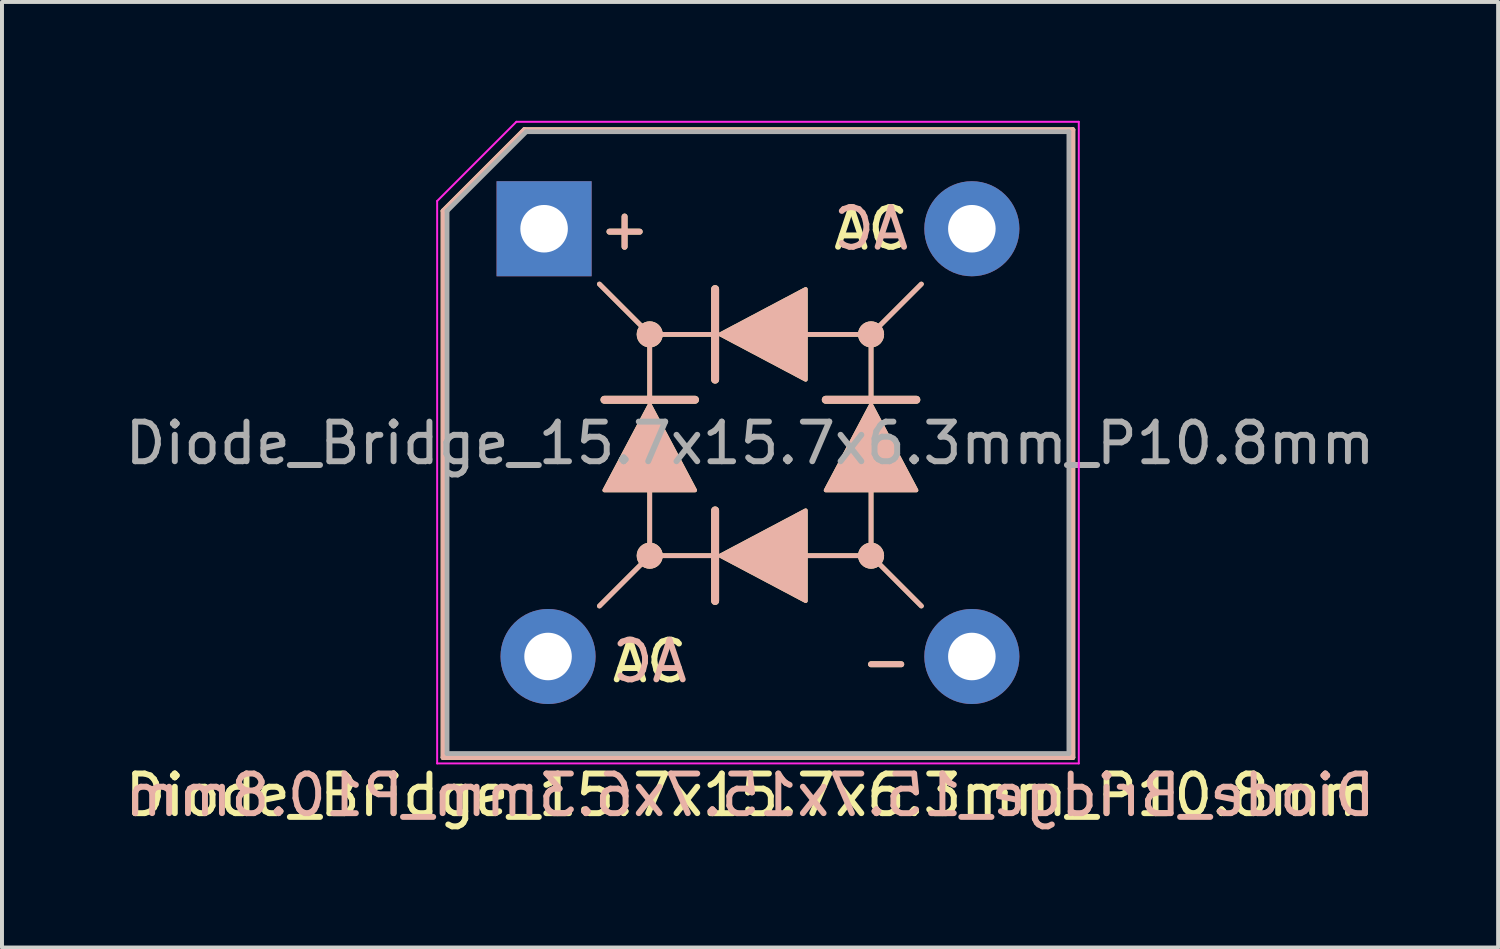
<source format=kicad_pcb>
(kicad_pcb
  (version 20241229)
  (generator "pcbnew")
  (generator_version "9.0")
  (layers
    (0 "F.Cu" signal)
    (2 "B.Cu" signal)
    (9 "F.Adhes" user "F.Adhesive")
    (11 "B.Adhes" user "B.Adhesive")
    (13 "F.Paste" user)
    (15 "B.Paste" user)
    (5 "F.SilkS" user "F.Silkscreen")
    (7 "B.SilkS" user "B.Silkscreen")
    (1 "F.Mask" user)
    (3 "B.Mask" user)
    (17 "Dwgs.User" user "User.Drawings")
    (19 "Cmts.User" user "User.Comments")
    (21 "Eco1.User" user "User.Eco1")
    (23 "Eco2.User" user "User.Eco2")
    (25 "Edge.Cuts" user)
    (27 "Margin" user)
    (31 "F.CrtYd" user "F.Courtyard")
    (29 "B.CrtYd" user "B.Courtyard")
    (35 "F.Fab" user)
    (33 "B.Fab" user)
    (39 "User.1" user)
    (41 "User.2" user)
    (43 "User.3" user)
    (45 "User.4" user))
  (footprint "Diode_Bridge_15.7x15.7x6.3mm_P10.8mm"
    (layer "F.Cu")
    (at 10.687 2.725)
    (property "Reference" "Diode_Bridge_15.7x15.7x6.3mm_P10.8mm" (at 5.2 14.3 180) (layer "F.SilkS") (effects (font (size 1 1) (thickness 0.15))))
    (fp_line (start -2.55 -0.45) (end -0.5 -2.5) (stroke (width 0.12) (type solid)) (layer "F.SilkS"))
    (fp_line (start -2.55 13.35) (end -2.55 -0.45) (stroke (width 0.12) (type solid)) (layer "F.SilkS"))
    (fp_line (start -0.5 -2.5) (end 13.35 -2.5) (stroke (width 0.12) (type solid)) (layer "F.SilkS"))
    (fp_line (start 1.397 1.397) (end 2.667 2.667) (stroke (width 0.12) (type solid)) (layer "F.SilkS"))
    (fp_line (start 1.397 9.525) (end 2.667 8.255) (stroke (width 0.12) (type solid)) (layer "F.SilkS"))
    (fp_line (start 2.667 4.318) (end 1.524 4.318) (stroke (width 0.2) (type solid)) (layer "F.SilkS"))
    (fp_line (start 2.667 4.318) (end 2.667 2.667) (stroke (width 0.12) (type solid)) (layer "F.SilkS"))
    (fp_line (start 2.667 8.255) (end 2.667 6.604) (stroke (width 0.12) (type solid)) (layer "F.SilkS"))
    (fp_line (start 3.81 4.318) (end 2.667 4.318) (stroke (width 0.2) (type solid)) (layer "F.SilkS"))
    (fp_line (start 4.318 1.524) (end 4.318 2.667) (stroke (width 0.2) (type solid)) (layer "F.SilkS"))
    (fp_line (start 4.318 2.667) (end 2.667 2.667) (stroke (width 0.12) (type solid)) (layer "F.SilkS"))
    (fp_line (start 4.318 2.667) (end 4.318 3.81) (stroke (width 0.2) (type solid)) (layer "F.SilkS"))
    (fp_line (start 4.318 7.112) (end 4.318 8.255) (stroke (width 0.2) (type solid)) (layer "F.SilkS"))
    (fp_line (start 4.318 8.255) (end 2.667 8.255) (stroke (width 0.12) (type solid)) (layer "F.SilkS"))
    (fp_line (start 4.318 8.255) (end 4.318 9.398) (stroke (width 0.2) (type solid)) (layer "F.SilkS"))
    (fp_line (start 8.255 2.667) (end 6.604 2.667) (stroke (width 0.12) (type solid)) (layer "F.SilkS"))
    (fp_line (start 8.255 4.318) (end 7.112 4.318) (stroke (width 0.2) (type solid)) (layer "F.SilkS"))
    (fp_line (start 8.255 4.318) (end 8.255 2.667) (stroke (width 0.12) (type solid)) (layer "F.SilkS"))
    (fp_line (start 8.255 8.255) (end 6.604 8.255) (stroke (width 0.12) (type solid)) (layer "F.SilkS"))
    (fp_line (start 8.255 8.255) (end 8.255 6.604) (stroke (width 0.12) (type solid)) (layer "F.SilkS"))
    (fp_line (start 9.398 4.318) (end 8.255 4.318) (stroke (width 0.2) (type solid)) (layer "F.SilkS"))
    (fp_line (start 9.525 1.397) (end 8.255 2.667) (stroke (width 0.12) (type solid)) (layer "F.SilkS"))
    (fp_line (start 9.525 9.525) (end 8.255 8.255) (stroke (width 0.12) (type solid)) (layer "F.SilkS"))
    (fp_line (start 13.35 -2.5) (end 13.35 13.35) (stroke (width 0.12) (type solid)) (layer "F.SilkS"))
    (fp_line (start 13.35 13.35) (end -2.55 13.35) (stroke (width 0.12) (type solid)) (layer "F.SilkS"))
    (fp_circle (center 2.667 2.667) (end 2.731 2.603) (stroke (width 0.12) (type solid)) (fill no) (layer "F.SilkS"))
    (fp_circle (center 2.667 2.667) (end 2.794 2.54) (stroke (width 0.12) (type solid)) (fill no) (layer "F.SilkS"))
    (fp_circle (center 2.667 2.667) (end 2.857 2.477) (stroke (width 0.12) (type solid)) (fill no) (layer "F.SilkS"))
    (fp_circle (center 2.667 8.255) (end 2.731 8.191) (stroke (width 0.12) (type solid)) (fill no) (layer "F.SilkS"))
    (fp_circle (center 2.667 8.255) (end 2.794 8.128) (stroke (width 0.12) (type solid)) (fill no) (layer "F.SilkS"))
    (fp_circle (center 2.667 8.255) (end 2.857 8.065) (stroke (width 0.12) (type solid)) (fill no) (layer "F.SilkS"))
    (fp_circle (center 8.255 2.667) (end 8.319 2.603) (stroke (width 0.12) (type solid)) (fill no) (layer "F.SilkS"))
    (fp_circle (center 8.255 2.667) (end 8.382 2.54) (stroke (width 0.12) (type solid)) (fill no) (layer "F.SilkS"))
    (fp_circle (center 8.255 2.667) (end 8.445 2.477) (stroke (width 0.12) (type solid)) (fill no) (layer "F.SilkS"))
    (fp_circle (center 8.255 8.255) (end 8.319 8.191) (stroke (width 0.12) (type solid)) (fill no) (layer "F.SilkS"))
    (fp_circle (center 8.255 8.255) (end 8.382 8.128) (stroke (width 0.12) (type solid)) (fill no) (layer "F.SilkS"))
    (fp_circle (center 8.255 8.255) (end 8.445 8.065) (stroke (width 0.12) (type solid)) (fill no) (layer "F.SilkS"))
    (fp_poly (pts (xy 3.81 6.604) (xy 1.524 6.604) (xy 2.667 4.445)) (stroke (width 0.1) (type solid)) (fill yes) (layer "F.SilkS"))
    (fp_poly (pts (xy 6.604 1.524) (xy 6.604 3.81) (xy 4.445 2.667)) (stroke (width 0.1) (type solid)) (fill yes) (layer "F.SilkS"))
    (fp_poly (pts (xy 6.604 7.112) (xy 6.604 9.398) (xy 4.445 8.255)) (stroke (width 0.1) (type solid)) (fill yes) (layer "F.SilkS"))
    (fp_poly (pts (xy 9.398 6.604) (xy 7.112 6.604) (xy 8.255 4.445)) (stroke (width 0.1) (type solid)) (fill yes) (layer "F.SilkS"))
    (fp_line (start -2.55 -0.45) (end -0.5 -2.5) (stroke (width 0.12) (type solid)) (layer "B.SilkS"))
    (fp_line (start -2.55 13.35) (end -2.55 -0.45) (stroke (width 0.12) (type solid)) (layer "B.SilkS"))
    (fp_line (start -0.5 -2.5) (end 13.35 -2.5) (stroke (width 0.12) (type solid)) (layer "B.SilkS"))
    (fp_line (start 1.397 1.397) (end 2.667 2.667) (stroke (width 0.12) (type solid)) (layer "B.SilkS"))
    (fp_line (start 1.397 9.525) (end 2.667 8.255) (stroke (width 0.12) (type solid)) (layer "B.SilkS"))
    (fp_line (start 2.667 4.318) (end 1.524 4.318) (stroke (width 0.2) (type solid)) (layer "B.SilkS"))
    (fp_line (start 2.667 4.318) (end 2.667 2.667) (stroke (width 0.12) (type solid)) (layer "B.SilkS"))
    (fp_line (start 2.667 8.255) (end 2.667 6.604) (stroke (width 0.12) (type solid)) (layer "B.SilkS"))
    (fp_line (start 3.81 4.318) (end 2.667 4.318) (stroke (width 0.2) (type solid)) (layer "B.SilkS"))
    (fp_line (start 4.318 1.524) (end 4.318 2.667) (stroke (width 0.2) (type solid)) (layer "B.SilkS"))
    (fp_line (start 4.318 2.667) (end 2.667 2.667) (stroke (width 0.12) (type solid)) (layer "B.SilkS"))
    (fp_line (start 4.318 2.667) (end 4.318 3.81) (stroke (width 0.2) (type solid)) (layer "B.SilkS"))
    (fp_line (start 4.318 7.112) (end 4.318 8.255) (stroke (width 0.2) (type solid)) (layer "B.SilkS"))
    (fp_line (start 4.318 8.255) (end 2.667 8.255) (stroke (width 0.12) (type solid)) (layer "B.SilkS"))
    (fp_line (start 4.318 8.255) (end 4.318 9.398) (stroke (width 0.2) (type solid)) (layer "B.SilkS"))
    (fp_line (start 8.255 2.667) (end 6.604 2.667) (stroke (width 0.12) (type solid)) (layer "B.SilkS"))
    (fp_line (start 8.255 4.318) (end 7.112 4.318) (stroke (width 0.2) (type solid)) (layer "B.SilkS"))
    (fp_line (start 8.255 4.318) (end 8.255 2.667) (stroke (width 0.12) (type solid)) (layer "B.SilkS"))
    (fp_line (start 8.255 8.255) (end 6.604 8.255) (stroke (width 0.12) (type solid)) (layer "B.SilkS"))
    (fp_line (start 8.255 8.255) (end 8.255 6.604) (stroke (width 0.12) (type solid)) (layer "B.SilkS"))
    (fp_line (start 9.398 4.318) (end 8.255 4.318) (stroke (width 0.2) (type solid)) (layer "B.SilkS"))
    (fp_line (start 9.525 1.397) (end 8.255 2.667) (stroke (width 0.12) (type solid)) (layer "B.SilkS"))
    (fp_line (start 9.525 9.525) (end 8.255 8.255) (stroke (width 0.12) (type solid)) (layer "B.SilkS"))
    (fp_line (start 13.35 -2.5) (end 13.35 13.35) (stroke (width 0.12) (type solid)) (layer "B.SilkS"))
    (fp_line (start 13.35 13.35) (end -2.55 13.35) (stroke (width 0.12) (type solid)) (layer "B.SilkS"))
    (fp_circle (center 2.667 2.667) (end 2.757 2.667) (stroke (width 0.12) (type solid)) (fill no) (layer "B.SilkS"))
    (fp_circle (center 2.667 2.667) (end 2.847 2.667) (stroke (width 0.12) (type solid)) (fill no) (layer "B.SilkS"))
    (fp_circle (center 2.667 2.667) (end 2.936 2.667) (stroke (width 0.12) (type solid)) (fill no) (layer "B.SilkS"))
    (fp_circle (center 2.667 8.255) (end 2.757 8.255) (stroke (width 0.12) (type solid)) (fill no) (layer "B.SilkS"))
    (fp_circle (center 2.667 8.255) (end 2.847 8.255) (stroke (width 0.12) (type solid)) (fill no) (layer "B.SilkS"))
    (fp_circle (center 2.667 8.255) (end 2.936 8.255) (stroke (width 0.12) (type solid)) (fill no) (layer "B.SilkS"))
    (fp_circle (center 8.255 2.667) (end 8.345 2.667) (stroke (width 0.12) (type solid)) (fill no) (layer "B.SilkS"))
    (fp_circle (center 8.255 2.667) (end 8.435 2.667) (stroke (width 0.12) (type solid)) (fill no) (layer "B.SilkS"))
    (fp_circle (center 8.255 2.667) (end 8.524 2.667) (stroke (width 0.12) (type solid)) (fill no) (layer "B.SilkS"))
    (fp_circle (center 8.255 8.255) (end 8.345 8.255) (stroke (width 0.12) (type solid)) (fill no) (layer "B.SilkS"))
    (fp_circle (center 8.255 8.255) (end 8.435 8.255) (stroke (width 0.12) (type solid)) (fill no) (layer "B.SilkS"))
    (fp_circle (center 8.255 8.255) (end 8.524 8.255) (stroke (width 0.12) (type solid)) (fill no) (layer "B.SilkS"))
    (fp_poly (pts (xy 3.81 6.604) (xy 1.524 6.604) (xy 2.667 4.445)) (stroke (width 0.1) (type solid)) (fill yes) (layer "B.SilkS"))
    (fp_poly (pts (xy 6.604 1.524) (xy 6.604 3.81) (xy 4.445 2.667)) (stroke (width 0.1) (type solid)) (fill yes) (layer "B.SilkS"))
    (fp_poly (pts (xy 6.604 7.112) (xy 6.604 9.398) (xy 4.445 8.255)) (stroke (width 0.1) (type solid)) (fill yes) (layer "B.SilkS"))
    (fp_poly (pts (xy 9.398 6.604) (xy 7.112 6.604) (xy 8.255 4.445)) (stroke (width 0.1) (type solid)) (fill yes) (layer "B.SilkS"))
    (fp_line (start -2.7 -0.7) (end -0.7 -2.7) (stroke (width 0.05) (type solid)) (layer "F.CrtYd"))
    (fp_line (start -2.7 13.5) (end -2.7 -0.7) (stroke (width 0.05) (type solid)) (layer "F.CrtYd"))
    (fp_line (start -0.7 -2.7) (end 13.5 -2.7) (stroke (width 0.05) (type solid)) (layer "F.CrtYd"))
    (fp_line (start 13.5 -2.7) (end 13.5 13.5) (stroke (width 0.05) (type solid)) (layer "F.CrtYd"))
    (fp_line (start 13.5 13.5) (end -2.7 13.5) (stroke (width 0.05) (type solid)) (layer "F.CrtYd"))
    (fp_line (start -2.45 -0.45) (end -0.45 -2.45) (stroke (width 0.12) (type solid)) (layer "F.Fab"))
    (fp_line (start -2.45 13.25) (end -2.45 -0.45) (stroke (width 0.12) (type solid)) (layer "F.Fab"))
    (fp_line (start -0.45 -2.45) (end 13.25 -2.45) (stroke (width 0.12) (type solid)) (layer "F.Fab"))
    (fp_line (start 13.25 -2.45) (end 13.25 13.25) (stroke (width 0.12) (type solid)) (layer "F.Fab"))
    (fp_line (start 13.25 13.25) (end -2.45 13.25) (stroke (width 0.12) (type solid)) (layer "F.Fab"))
    (fp_text user "+" (at 2.032 0 0) (layer "F.SilkS") (effects (font (size 1 1) (thickness 0.15))))
    (fp_text user "AC" (at 2.667 10.922 0) (layer "F.SilkS") (effects (font (size 1 1) (thickness 0.15))))
    (fp_text user "AC" (at 8.255 0 0) (layer "F.SilkS") (effects (font (size 1 1) (thickness 0.15))))
    (fp_text user "-" (at 8.636 10.922 0) (layer "F.SilkS") (effects (font (size 1 1) (thickness 0.15))))
    (fp_text user "${REFERENCE}" (at 5.2 14.3 0) (layer "B.SilkS") (effects (font (size 1 1) (thickness 0.15)) (justify mirror)))
    (fp_text user "AC" (at 8.255 0 0) (layer "B.SilkS") (effects (font (size 1 1) (thickness 0.15)) (justify mirror)))
    (fp_text user "-" (at 8.636 10.922 0) (layer "B.SilkS") (effects (font (size 1 1) (thickness 0.15)) (justify mirror)))
    (fp_text user "+" (at 2.032 0 0) (layer "B.SilkS") (effects (font (size 1 1) (thickness 0.15)) (justify mirror)))
    (fp_text user "AC" (at 2.667 10.922 0) (layer "B.SilkS") (effects (font (size 1 1) (thickness 0.15)) (justify mirror)))
    (fp_text user "${REFERENCE}" (at 5.2 5.415 180) (layer "F.Fab") (effects (font (size 1 1) (thickness 0.15))))
    (pad "1" thru_hole rect (at 0 0 180) (size 2.4 2.4) (drill 1.2) (layers "*.Cu" "*.Mask"))
    (pad "2" thru_hole circle (at 0.1 10.8 180) (size 2.4 2.4) (drill 1.2) (layers "*.Cu" "*.Mask"))
    (pad "3" thru_hole circle (at 10.8 10.8 180) (size 2.4 2.4) (drill 1.2) (layers "*.Cu" "*.Mask"))
    (pad "4" thru_hole circle (at 10.8 0 180) (size 2.4 2.4) (drill 1.2) (layers "*.Cu" "*.Mask")))
  (gr_rect
    (start -3 -3)
    (end 34.774 20.873)
    (stroke (width 0.1) (type default))
    (fill no)
    (layer "Edge.Cuts")))
</source>
